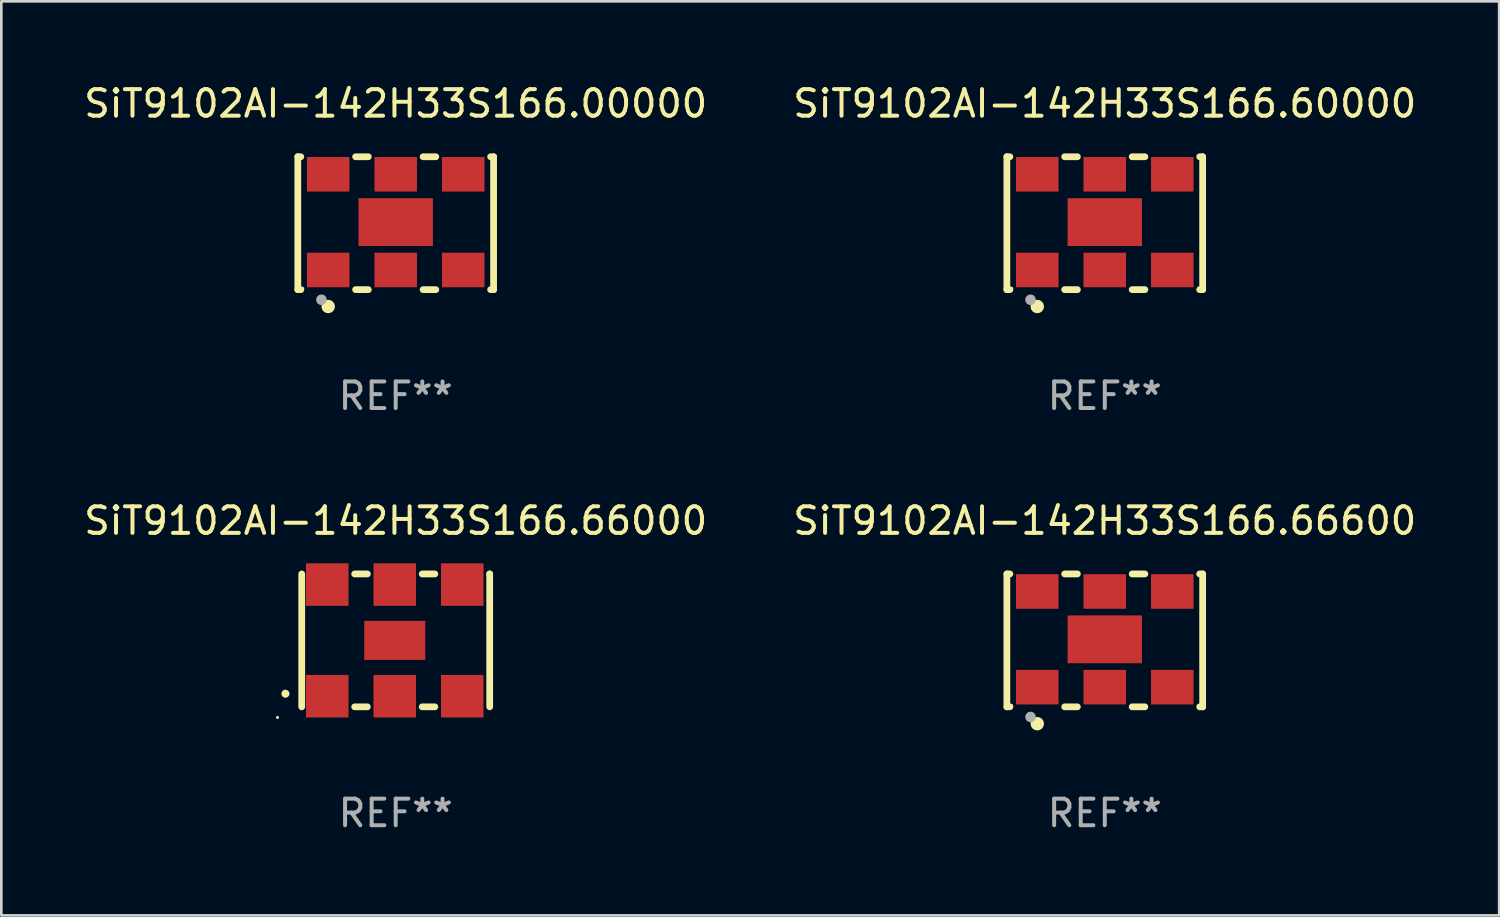
<source format=kicad_pcb>
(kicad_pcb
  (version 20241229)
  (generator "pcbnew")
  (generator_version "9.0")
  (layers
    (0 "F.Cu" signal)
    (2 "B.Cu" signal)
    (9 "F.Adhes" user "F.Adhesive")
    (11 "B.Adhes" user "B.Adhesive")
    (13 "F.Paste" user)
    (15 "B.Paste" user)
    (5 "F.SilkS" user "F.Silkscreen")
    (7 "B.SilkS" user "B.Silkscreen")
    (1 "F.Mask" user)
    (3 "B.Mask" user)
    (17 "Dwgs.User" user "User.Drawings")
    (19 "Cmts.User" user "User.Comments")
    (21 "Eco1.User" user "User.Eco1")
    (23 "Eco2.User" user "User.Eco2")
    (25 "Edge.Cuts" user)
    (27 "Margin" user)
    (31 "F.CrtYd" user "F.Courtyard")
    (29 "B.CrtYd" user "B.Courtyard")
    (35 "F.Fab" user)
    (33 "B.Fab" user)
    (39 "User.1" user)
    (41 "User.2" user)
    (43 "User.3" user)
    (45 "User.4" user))
  (footprint "SiT9102AI-142H33S166.66600"
    (layer "F.Cu")
    (at 38.518 21.045)
    (property "Reference" "SiT9102AI-142H33S166.66600" (at 0 -4.5 0) (layer "F.SilkS") (effects (font (size 1 1) (thickness 0.15))))
    (attr through_hole)
    (fp_line (start -3.683 -2.5) (end -3.571 -2.5) (stroke (width 0.254) (type solid)) (layer "F.SilkS"))
    (fp_line (start -3.683 2.5) (end -3.683 -2.5) (stroke (width 0.254) (type solid)) (layer "F.SilkS"))
    (fp_line (start -3.683 2.5) (end -3.571 2.5) (stroke (width 0.254) (type solid)) (layer "F.SilkS"))
    (fp_line (start -1.509 -2.5) (end -1.031 -2.5) (stroke (width 0.254) (type solid)) (layer "F.SilkS"))
    (fp_line (start -1.509 2.5) (end -1.031 2.5) (stroke (width 0.254) (type solid)) (layer "F.SilkS"))
    (fp_line (start 1.031 -2.5) (end 1.509 -2.5) (stroke (width 0.254) (type solid)) (layer "F.SilkS"))
    (fp_line (start 1.031 2.5) (end 1.509 2.5) (stroke (width 0.254) (type solid)) (layer "F.SilkS"))
    (fp_line (start 3.571 -2.5) (end 3.683 -2.5) (stroke (width 0.254) (type solid)) (layer "F.SilkS"))
    (fp_line (start 3.571 2.5) (end 3.683 2.5) (stroke (width 0.254) (type solid)) (layer "F.SilkS"))
    (fp_line (start 3.683 2.5) (end 3.683 -2.5) (stroke (width 0.254) (type solid)) (layer "F.SilkS"))
    (fp_circle (center -3.5 2.46) (end -3.47 2.46) (stroke (width 0.06) (type solid)) (fill no) (layer "F.SilkS"))
    (fp_circle (center -2.54 3.135) (end -2.413 3.135) (stroke (width 0.254) (type solid)) (fill no) (layer "F.SilkS"))
    (fp_circle (center -2.794 2.881) (end -2.694 2.881) (stroke (width 0.2) (type solid)) (fill no) (layer "F.Fab"))
    (fp_text user "REF**" (at 0 6.5 0) (layer "F.Fab") (effects (font (size 1 1) (thickness 0.15))))
    (pad "1" smd rect (at -2.54 1.76) (size 1.6 1.3) (layers "F.Cu" "F.Mask" "F.Paste"))
    (pad "2" smd rect (at 0 1.76) (size 1.6 1.3) (layers "F.Cu" "F.Mask" "F.Paste"))
    (pad "3" smd rect (at 2.54 1.76) (size 1.6 1.3) (layers "F.Cu" "F.Mask" "F.Paste"))
    (pad "4" smd rect (at 2.54 -1.84) (size 1.6 1.3) (layers "F.Cu" "F.Mask" "F.Paste"))
    (pad "5" smd rect (at 0 -1.84) (size 1.6 1.3) (layers "F.Cu" "F.Mask" "F.Paste"))
    (pad "6" smd rect (at -2.54 -1.84) (size 1.6 1.3) (layers "F.Cu" "F.Mask" "F.Paste"))
    (pad "7" smd rect (at 0 -0.04) (size 2.8 1.8) (layers "F.Cu" "F.Mask" "F.Paste")))
  (footprint "SiT9102AI-142H33S166.60000"
    (layer "F.Cu")
    (at 38.518 5.348)
    (property "Reference" "SiT9102AI-142H33S166.60000" (at 0 -4.5 0) (layer "F.SilkS") (effects (font (size 1 1) (thickness 0.15))))
    (attr through_hole)
    (fp_line (start -3.683 -2.5) (end -3.571 -2.5) (stroke (width 0.254) (type solid)) (layer "F.SilkS"))
    (fp_line (start -3.683 2.5) (end -3.683 -2.5) (stroke (width 0.254) (type solid)) (layer "F.SilkS"))
    (fp_line (start -3.683 2.5) (end -3.571 2.5) (stroke (width 0.254) (type solid)) (layer "F.SilkS"))
    (fp_line (start -1.509 -2.5) (end -1.031 -2.5) (stroke (width 0.254) (type solid)) (layer "F.SilkS"))
    (fp_line (start -1.509 2.5) (end -1.031 2.5) (stroke (width 0.254) (type solid)) (layer "F.SilkS"))
    (fp_line (start 1.031 -2.5) (end 1.509 -2.5) (stroke (width 0.254) (type solid)) (layer "F.SilkS"))
    (fp_line (start 1.031 2.5) (end 1.509 2.5) (stroke (width 0.254) (type solid)) (layer "F.SilkS"))
    (fp_line (start 3.571 -2.5) (end 3.683 -2.5) (stroke (width 0.254) (type solid)) (layer "F.SilkS"))
    (fp_line (start 3.571 2.5) (end 3.683 2.5) (stroke (width 0.254) (type solid)) (layer "F.SilkS"))
    (fp_line (start 3.683 2.5) (end 3.683 -2.5) (stroke (width 0.254) (type solid)) (layer "F.SilkS"))
    (fp_circle (center -3.5 2.46) (end -3.47 2.46) (stroke (width 0.06) (type solid)) (fill no) (layer "F.SilkS"))
    (fp_circle (center -2.54 3.135) (end -2.413 3.135) (stroke (width 0.254) (type solid)) (fill no) (layer "F.SilkS"))
    (fp_circle (center -2.794 2.881) (end -2.694 2.881) (stroke (width 0.2) (type solid)) (fill no) (layer "F.Fab"))
    (fp_text user "REF**" (at 0 6.5 0) (layer "F.Fab") (effects (font (size 1 1) (thickness 0.15))))
    (pad "1" smd rect (at -2.54 1.76) (size 1.6 1.3) (layers "F.Cu" "F.Mask" "F.Paste"))
    (pad "2" smd rect (at 0 1.76) (size 1.6 1.3) (layers "F.Cu" "F.Mask" "F.Paste"))
    (pad "3" smd rect (at 2.54 1.76) (size 1.6 1.3) (layers "F.Cu" "F.Mask" "F.Paste"))
    (pad "4" smd rect (at 2.54 -1.84) (size 1.6 1.3) (layers "F.Cu" "F.Mask" "F.Paste"))
    (pad "5" smd rect (at 0 -1.84) (size 1.6 1.3) (layers "F.Cu" "F.Mask" "F.Paste"))
    (pad "6" smd rect (at -2.54 -1.84) (size 1.6 1.3) (layers "F.Cu" "F.Mask" "F.Paste"))
    (pad "7" smd rect (at 0 -0.04) (size 2.8 1.8) (layers "F.Cu" "F.Mask" "F.Paste")))
  (footprint "SiT9102AI-142H33S166.00000"
    (layer "F.Cu")
    (at 11.839 5.348)
    (property "Reference" "SiT9102AI-142H33S166.00000" (at 0 -4.5 0) (layer "F.SilkS") (effects (font (size 1 1) (thickness 0.15))))
    (attr through_hole)
    (fp_line (start -3.683 -2.5) (end -3.571 -2.5) (stroke (width 0.254) (type solid)) (layer "F.SilkS"))
    (fp_line (start -3.683 2.5) (end -3.683 -2.5) (stroke (width 0.254) (type solid)) (layer "F.SilkS"))
    (fp_line (start -3.683 2.5) (end -3.571 2.5) (stroke (width 0.254) (type solid)) (layer "F.SilkS"))
    (fp_line (start -1.509 -2.5) (end -1.031 -2.5) (stroke (width 0.254) (type solid)) (layer "F.SilkS"))
    (fp_line (start -1.509 2.5) (end -1.031 2.5) (stroke (width 0.254) (type solid)) (layer "F.SilkS"))
    (fp_line (start 1.031 -2.5) (end 1.509 -2.5) (stroke (width 0.254) (type solid)) (layer "F.SilkS"))
    (fp_line (start 1.031 2.5) (end 1.509 2.5) (stroke (width 0.254) (type solid)) (layer "F.SilkS"))
    (fp_line (start 3.571 -2.5) (end 3.683 -2.5) (stroke (width 0.254) (type solid)) (layer "F.SilkS"))
    (fp_line (start 3.571 2.5) (end 3.683 2.5) (stroke (width 0.254) (type solid)) (layer "F.SilkS"))
    (fp_line (start 3.683 2.5) (end 3.683 -2.5) (stroke (width 0.254) (type solid)) (layer "F.SilkS"))
    (fp_circle (center -3.5 2.46) (end -3.47 2.46) (stroke (width 0.06) (type solid)) (fill no) (layer "F.SilkS"))
    (fp_circle (center -2.54 3.135) (end -2.413 3.135) (stroke (width 0.254) (type solid)) (fill no) (layer "F.SilkS"))
    (fp_circle (center -2.794 2.881) (end -2.694 2.881) (stroke (width 0.2) (type solid)) (fill no) (layer "F.Fab"))
    (fp_text user "REF**" (at 0 6.5 0) (layer "F.Fab") (effects (font (size 1 1) (thickness 0.15))))
    (pad "1" smd rect (at -2.54 1.76) (size 1.6 1.3) (layers "F.Cu" "F.Mask" "F.Paste"))
    (pad "2" smd rect (at 0 1.76) (size 1.6 1.3) (layers "F.Cu" "F.Mask" "F.Paste"))
    (pad "3" smd rect (at 2.54 1.76) (size 1.6 1.3) (layers "F.Cu" "F.Mask" "F.Paste"))
    (pad "4" smd rect (at 2.54 -1.84) (size 1.6 1.3) (layers "F.Cu" "F.Mask" "F.Paste"))
    (pad "5" smd rect (at 0 -1.84) (size 1.6 1.3) (layers "F.Cu" "F.Mask" "F.Paste"))
    (pad "6" smd rect (at -2.54 -1.84) (size 1.6 1.3) (layers "F.Cu" "F.Mask" "F.Paste"))
    (pad "7" smd rect (at 0 -0.04) (size 2.8 1.8) (layers "F.Cu" "F.Mask" "F.Paste")))
  (footprint "SiT9102AI-142H33S166.66000"
    (layer "F.Cu")
    (at 11.839 21.045)
    (property "Reference" "SiT9102AI-142H33S166.66000" (at 0 -4.5 0) (layer "F.SilkS") (effects (font (size 1 1) (thickness 0.15))))
    (attr through_hole)
    (fp_line (start -3.536 -2.5) (end -3.536 2.5) (stroke (width 0.254) (type solid)) (layer "F.SilkS"))
    (fp_line (start -1.544 2.5) (end -1.067 2.5) (stroke (width 0.254) (type solid)) (layer "F.SilkS"))
    (fp_line (start -1.067 -2.5) (end -1.544 -2.5) (stroke (width 0.254) (type solid)) (layer "F.SilkS"))
    (fp_line (start 0.996 2.5) (end 1.473 2.5) (stroke (width 0.254) (type solid)) (layer "F.SilkS"))
    (fp_line (start 1.473 -2.5) (end 0.996 -2.5) (stroke (width 0.254) (type solid)) (layer "F.SilkS"))
    (fp_line (start 3.536 -2.5) (end 3.536 -2.5) (stroke (width 0.254) (type solid)) (layer "F.SilkS"))
    (fp_line (start 3.536 2.5) (end 3.536 -2.5) (stroke (width 0.254) (type solid)) (layer "F.SilkS"))
    (fp_arc (start -4.150432 2.006604) (mid -4.149162 2.006599) (end -4.147892 2.006604) (stroke (width 0.3) (type solid)) (layer "F.SilkS"))
    (fp_circle (center -4.449 2.9) (end -4.419 2.9) (stroke (width 0.06) (type solid)) (fill no) (layer "F.SilkS"))
    (fp_text user "REF**" (at 0 6.5 0) (layer "F.Fab") (effects (font (size 1 1) (thickness 0.15))))
    (pad "1" smd rect (at -2.576 2.1) (size 1.6 1.6) (layers "F.Cu" "F.Mask" "F.Paste"))
    (pad "2" smd rect (at -0.036 2.1) (size 1.6 1.6) (layers "F.Cu" "F.Mask" "F.Paste"))
    (pad "3" smd rect (at 2.504 2.1) (size 1.6 1.6) (layers "F.Cu" "F.Mask" "F.Paste"))
    (pad "4" smd rect (at 2.504 -2.1) (size 1.6 1.6) (layers "F.Cu" "F.Mask" "F.Paste"))
    (pad "5" smd rect (at -0.036 -2.1) (size 1.6 1.6) (layers "F.Cu" "F.Mask" "F.Paste"))
    (pad "6" smd rect (at -2.576 -2.1) (size 1.6 1.6) (layers "F.Cu" "F.Mask" "F.Paste"))
    (pad "7" smd rect (at -0.036 0) (size 2.3 1.47) (layers "F.Cu" "F.Mask" "F.Paste")))
  (gr_rect
    (start -3 -3)
    (end 53.357 31.393)
    (stroke (width 0.1) (type default))
    (fill no)
    (layer "Edge.Cuts")))
</source>
